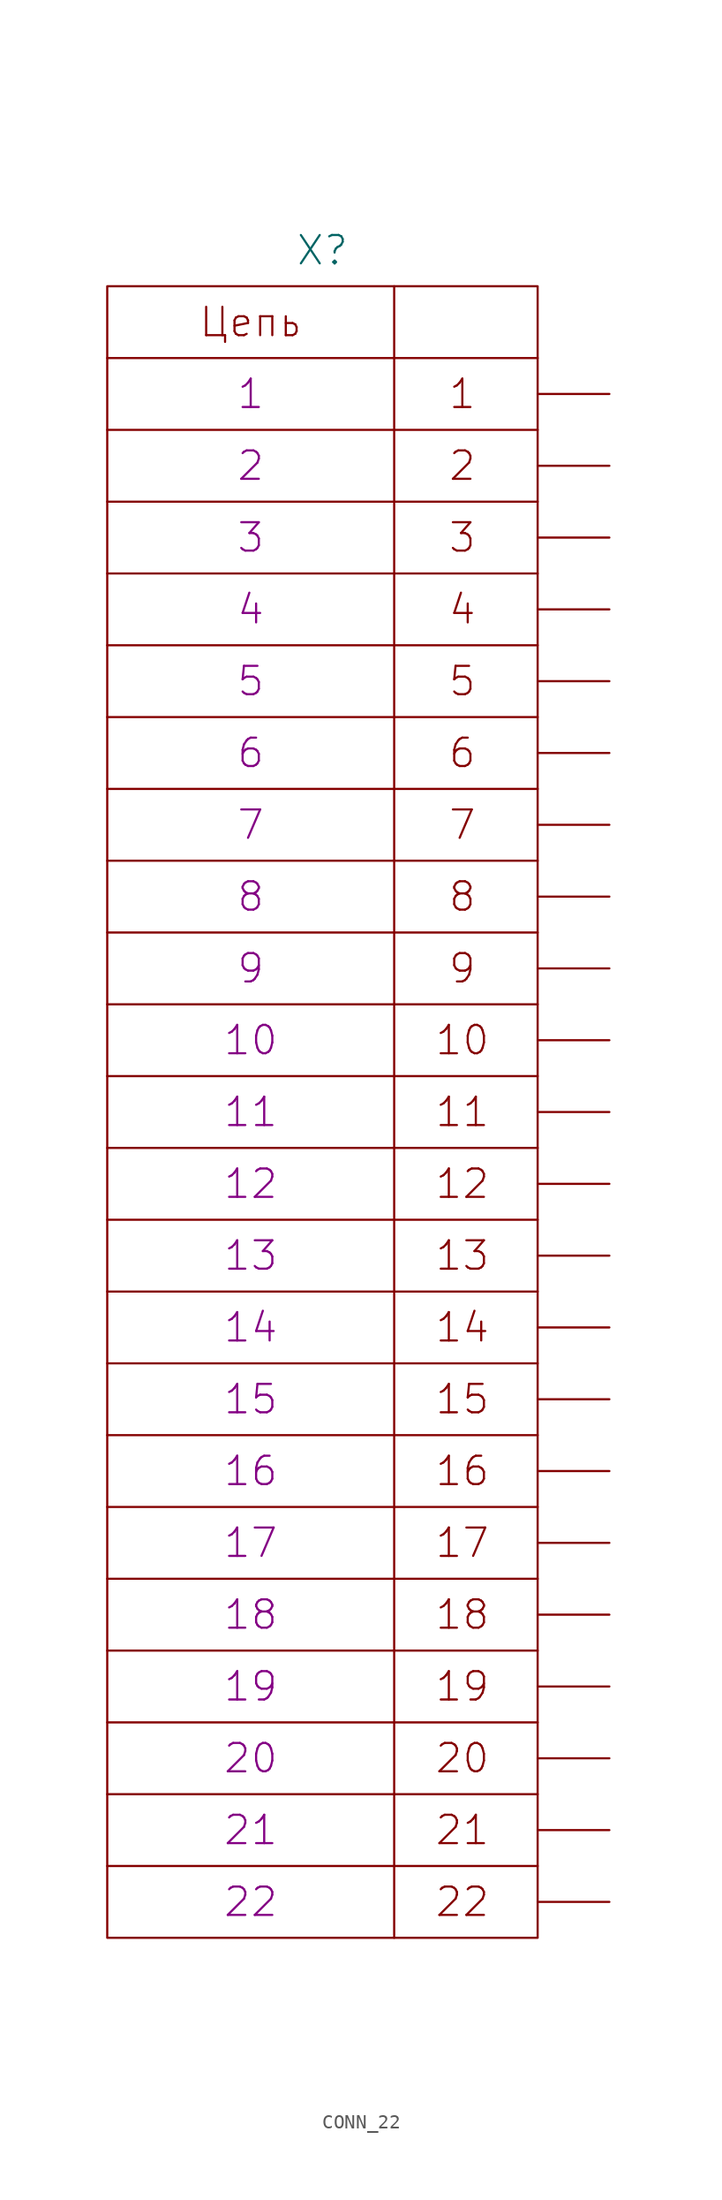
<source format=kicad_sym>
(kicad_symbol_lib
  (version 20231120)
  (generator "kicad_symbol_editor")
  (generator_version "8.0")
  (symbol "CONN_22"
    (pin_numbers hide)
    (pin_names
      (offset 0) hide)
    (property "Reference" "X"
      (at 0 60.96 0)
      (effects (font (size 2.007 2.007))))
    (property "PIN1" "1"
      (at -5.08 50.8 0)
      (effects (font (size 2.007 2.007))))
    (property "PIN2" "2"
      (at -5.08 45.72 0)
      (effects (font (size 2.007 2.007))))
    (property "PIN3" "3"
      (at -5.08 40.64 0)
      (effects (font (size 2.007 2.007))))
    (property "PIN4" "4"
      (at -5.08 35.56 0)
      (effects (font (size 2.007 2.007))))
    (property "PIN5" "5"
      (at -5.08 30.48 0)
      (effects (font (size 2.007 2.007))))
    (property "PIN6" "6"
      (at -5.08 25.4 0)
      (effects (font (size 2.007 2.007))))
    (property "PIN7" "7"
      (at -5.08 20.32 0)
      (effects (font (size 2.007 2.007))))
    (property "PIN8" "8"
      (at -5.08 15.24 0)
      (effects (font (size 2.007 2.007))))
    (property "PIN9" "9"
      (at -5.08 10.16 0)
      (effects (font (size 2.007 2.007))))
    (property "PIN10" "10"
      (at -5.08 5.08 0)
      (effects (font (size 2.007 2.007))))
    (property "PIN11" "11"
      (at -5.08 0 0)
      (effects (font (size 2.007 2.007))))
    (property "PIN12" "12"
      (at -5.08 -5.08 0)
      (effects (font (size 2.007 2.007))))
    (property "PIN13" "13"
      (at -5.08 -10.16 0)
      (effects (font (size 2.007 2.007))))
    (property "PIN14" "14"
      (at -5.08 -15.24 0)
      (effects (font (size 2.007 2.007))))
    (property "PIN15" "15"
      (at -5.08 -20.32 0)
      (effects (font (size 2.007 2.007))))
    (property "PIN16" "16"
      (at -5.08 -25.4 0)
      (effects (font (size 2.007 2.007))))
    (property "PIN17" "17"
      (at -5.08 -30.48 0)
      (effects (font (size 2.007 2.007))))
    (property "PIN18" "18"
      (at -5.08 -35.56 0)
      (effects (font (size 2.007 2.007))))
    (property "PIN19" "19"
      (at -5.08 -40.64 0)
      (effects (font (size 2.007 2.007))))
    (property "PIN20" "20"
      (at -5.08 -45.72 0)
      (effects (font (size 2.007 2.007))))
    (property "PIN21" "21"
      (at -5.08 -50.8 0)
      (effects (font (size 2.007 2.007))))
    (property "PIN22" "22"
      (at -5.08 -55.88 0)
      (effects (font (size 2.007 2.007))))
    (symbol "CONN_22_0_0"
      (polyline (pts (xy -15.24 -53.34) (xy 15.24 -53.34)) (stroke (width 0) (type solid)) (fill (type none)))
      (polyline (pts (xy -15.24 -48.26) (xy 15.24 -48.26)) (stroke (width 0) (type solid)) (fill (type none)))
      (polyline (pts (xy -15.24 -43.18) (xy 15.24 -43.18)) (stroke (width 0) (type solid)) (fill (type none)))
      (polyline (pts (xy -15.24 -38.1) (xy 15.24 -38.1)) (stroke (width 0) (type solid)) (fill (type none)))
      (polyline (pts (xy -15.24 -33.02) (xy 15.24 -33.02)) (stroke (width 0) (type solid)) (fill (type none)))
      (polyline (pts (xy -15.24 -27.94) (xy 15.24 -27.94)) (stroke (width 0) (type solid)) (fill (type none)))
      (polyline (pts (xy -15.24 -22.86) (xy 15.24 -22.86)) (stroke (width 0) (type solid)) (fill (type none)))
      (polyline (pts (xy -15.24 -17.78) (xy 15.24 -17.78)) (stroke (width 0) (type solid)) (fill (type none)))
      (polyline (pts (xy -15.24 -12.7) (xy 15.24 -12.7)) (stroke (width 0) (type solid)) (fill (type none)))
      (polyline (pts (xy -15.24 -7.62) (xy 15.24 -7.62)) (stroke (width 0) (type solid)) (fill (type none)))
      (polyline (pts (xy -15.24 -2.54) (xy 15.24 -2.54)) (stroke (width 0) (type solid)) (fill (type none)))
      (polyline (pts (xy -15.24 2.54) (xy 15.24 2.54)) (stroke (width 0) (type solid)) (fill (type none)))
      (polyline (pts (xy -15.24 7.62) (xy 15.24 7.62)) (stroke (width 0) (type solid)) (fill (type none)))
      (polyline (pts (xy -15.24 12.7) (xy 15.24 12.7)) (stroke (width 0) (type solid)) (fill (type none)))
      (polyline (pts (xy -15.24 17.78) (xy 15.24 17.78)) (stroke (width 0) (type solid)) (fill (type none)))
      (polyline (pts (xy -15.24 22.86) (xy 15.24 22.86)) (stroke (width 0) (type solid)) (fill (type none)))
      (polyline (pts (xy -15.24 27.94) (xy 15.24 27.94)) (stroke (width 0) (type solid)) (fill (type none)))
      (polyline (pts (xy -15.24 33.02) (xy 15.24 33.02)) (stroke (width 0) (type solid)) (fill (type none)))
      (polyline (pts (xy -15.24 38.1) (xy 15.24 38.1)) (stroke (width 0) (type solid)) (fill (type none)))
      (polyline (pts (xy -15.24 43.18) (xy 15.24 43.18)) (stroke (width 0) (type solid)) (fill (type none)))
      (polyline (pts (xy -15.24 48.26) (xy 15.24 48.26)) (stroke (width 0) (type solid)) (fill (type none)))
      (polyline (pts (xy -15.24 53.34) (xy 15.24 53.34)) (stroke (width 0) (type solid)) (fill (type none)))
      (polyline (pts (xy 5.08 58.42) (xy 5.08 -58.42)) (stroke (width 0) (type solid)) (fill (type none)))
      (rectangle (start 15.24 58.42) (end -15.24 -58.42) (stroke (width 0) (type solid)) (fill (type none))))
    (symbol "CONN_22_1_1"
      (text "1" (at 9.906 50.8 0) (effects (font (size 2.007 2.007))))
      (text "10" (at 9.906 5.08 0) (effects (font (size 2.007 2.007))))
      (text "11" (at 9.906 0 0) (effects (font (size 2.007 2.007))))
      (text "12" (at 9.906 -5.08 0) (effects (font (size 2.007 2.007))))
      (text "13" (at 9.906 -10.16 0) (effects (font (size 2.007 2.007))))
      (text "14" (at 9.906 -15.24 0) (effects (font (size 2.007 2.007))))
      (text "15" (at 9.906 -20.32 0) (effects (font (size 2.007 2.007))))
      (text "16" (at 9.906 -25.4 0) (effects (font (size 2.007 2.007))))
      (text "17" (at 9.906 -30.48 0) (effects (font (size 2.007 2.007))))
      (text "18" (at 9.906 -35.56 0) (effects (font (size 2.007 2.007))))
      (text "19" (at 9.906 -40.64 0) (effects (font (size 2.007 2.007))))
      (text "2" (at 9.906 45.72 0) (effects (font (size 2.007 2.007))))
      (text "20" (at 9.906 -45.72 0) (effects (font (size 2.007 2.007))))
      (text "21" (at 9.906 -50.8 0) (effects (font (size 2.007 2.007))))
      (text "22" (at 9.906 -55.88 0) (effects (font (size 2.007 2.007))))
      (text "3" (at 9.906 40.64 0) (effects (font (size 2.007 2.007))))
      (text "4" (at 9.906 35.56 0) (effects (font (size 2.007 2.007))))
      (text "5" (at 9.906 30.48 0) (effects (font (size 2.007 2.007))))
      (text "6" (at 9.906 25.4 0) (effects (font (size 2.007 2.007))))
      (text "7" (at 9.906 20.32 0) (effects (font (size 2.007 2.007))))
      (text "8" (at 9.906 15.24 0) (effects (font (size 2.007 2.007))))
      (text "9" (at 9.906 10.16 0) (effects (font (size 2.007 2.007))))
      (text "Цепь" (at -5.08 55.88 0) (effects (font (size 2.007 2.007))))
      (pin passive line (at 20.32 50.8 180) (length 5.08) (name "1" (effects (font (size 2.007 2.007)))) (number "1" (effects (font (size 2.007 2.007)))))
      (pin passive line (at 20.32 5.08 180) (length 5.08) (name "10" (effects (font (size 2.007 2.007)))) (number "10" (effects (font (size 2.007 2.007)))))
      (pin passive line (at 20.32 0 180) (length 5.08) (name "11" (effects (font (size 2.007 2.007)))) (number "11" (effects (font (size 2.007 2.007)))))
      (pin passive line (at 20.32 -5.08 180) (length 5.08) (name "12" (effects (font (size 2.007 2.007)))) (number "12" (effects (font (size 2.007 2.007)))))
      (pin passive line (at 20.32 -10.16 180) (length 5.08) (name "13" (effects (font (size 2.007 2.007)))) (number "13" (effects (font (size 2.007 2.007)))))
      (pin passive line (at 20.32 -15.24 180) (length 5.08) (name "14" (effects (font (size 2.007 2.007)))) (number "14" (effects (font (size 2.007 2.007)))))
      (pin passive line (at 20.32 -20.32 180) (length 5.08) (name "15" (effects (font (size 2.007 2.007)))) (number "15" (effects (font (size 2.007 2.007)))))
      (pin passive line (at 20.32 -25.4 180) (length 5.08) (name "16" (effects (font (size 2.007 2.007)))) (number "16" (effects (font (size 2.007 2.007)))))
      (pin passive line (at 20.32 -30.48 180) (length 5.08) (name "17" (effects (font (size 2.007 2.007)))) (number "17" (effects (font (size 2.007 2.007)))))
      (pin passive line (at 20.32 -35.56 180) (length 5.08) (name "18" (effects (font (size 2.007 2.007)))) (number "18" (effects (font (size 2.007 2.007)))))
      (pin passive line (at 20.32 -40.64 180) (length 5.08) (name "19" (effects (font (size 2.007 2.007)))) (number "19" (effects (font (size 2.007 2.007)))))
      (pin passive line (at 20.32 45.72 180) (length 5.08) (name "2" (effects (font (size 2.007 2.007)))) (number "2" (effects (font (size 2.007 2.007)))))
      (pin passive line (at 20.32 -45.72 180) (length 5.08) (name "20" (effects (font (size 2.007 2.007)))) (number "20" (effects (font (size 2.007 2.007)))))
      (pin passive line (at 20.32 -50.8 180) (length 5.08) (name "21" (effects (font (size 2.007 2.007)))) (number "21" (effects (font (size 2.007 2.007)))))
      (pin passive line (at 20.32 -55.88 180) (length 5.08) (name "22" (effects (font (size 2.007 2.007)))) (number "22" (effects (font (size 2.007 2.007)))))
      (pin passive line (at 20.32 40.64 180) (length 5.08) (name "3" (effects (font (size 2.007 2.007)))) (number "3" (effects (font (size 2.007 2.007)))))
      (pin passive line (at 20.32 35.56 180) (length 5.08) (name "4" (effects (font (size 2.007 2.007)))) (number "4" (effects (font (size 2.007 2.007)))))
      (pin passive line (at 20.32 30.48 180) (length 5.08) (name "5" (effects (font (size 2.007 2.007)))) (number "5" (effects (font (size 2.007 2.007)))))
      (pin passive line (at 20.32 25.4 180) (length 5.08) (name "6" (effects (font (size 2.007 2.007)))) (number "6" (effects (font (size 2.007 2.007)))))
      (pin passive line (at 20.32 20.32 180) (length 5.08) (name "7" (effects (font (size 2.007 2.007)))) (number "7" (effects (font (size 2.007 2.007)))))
      (pin passive line (at 20.32 15.24 180) (length 5.08) (name "8" (effects (font (size 2.007 2.007)))) (number "8" (effects (font (size 2.007 2.007)))))
      (pin passive line (at 20.32 10.16 180) (length 5.08) (name "9" (effects (font (size 2.007 2.007)))) (number "9" (effects (font (size 2.007 2.007))))))))
</source>
